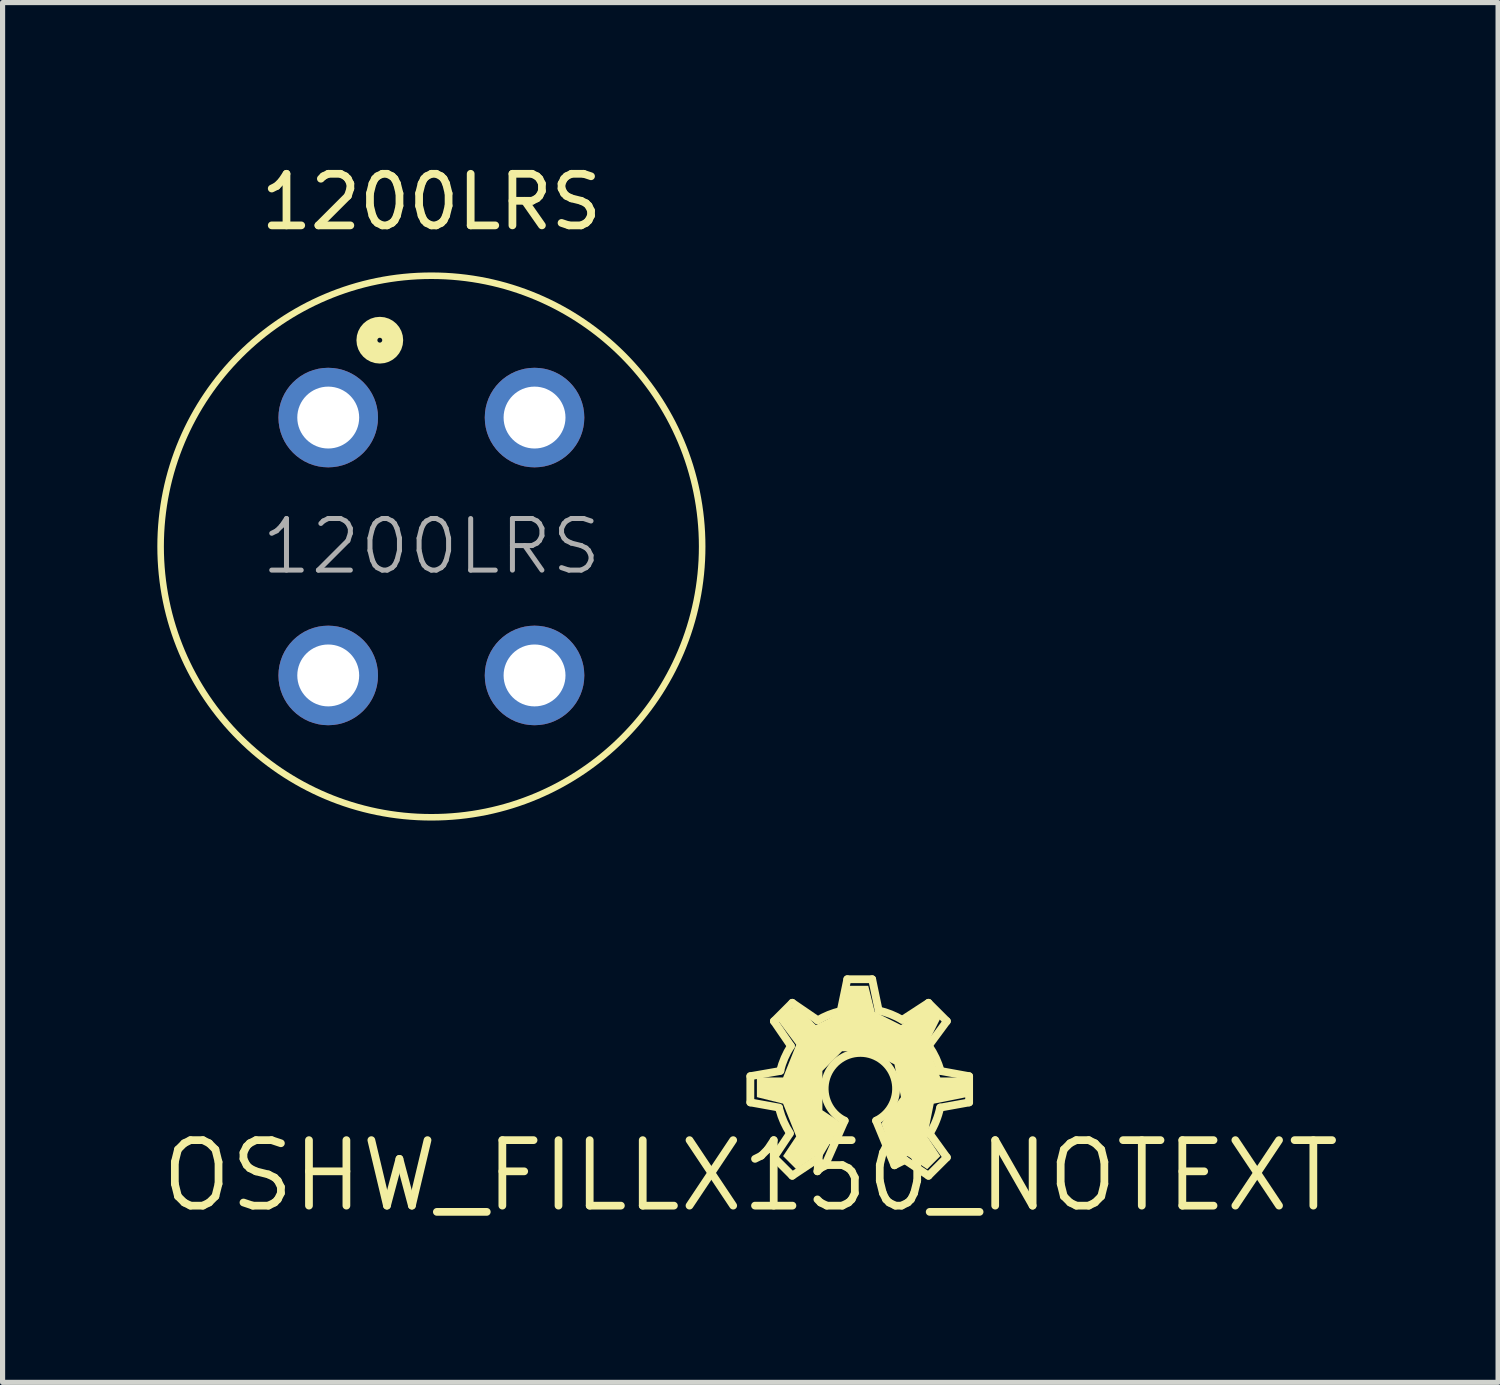
<source format=kicad_pcb>
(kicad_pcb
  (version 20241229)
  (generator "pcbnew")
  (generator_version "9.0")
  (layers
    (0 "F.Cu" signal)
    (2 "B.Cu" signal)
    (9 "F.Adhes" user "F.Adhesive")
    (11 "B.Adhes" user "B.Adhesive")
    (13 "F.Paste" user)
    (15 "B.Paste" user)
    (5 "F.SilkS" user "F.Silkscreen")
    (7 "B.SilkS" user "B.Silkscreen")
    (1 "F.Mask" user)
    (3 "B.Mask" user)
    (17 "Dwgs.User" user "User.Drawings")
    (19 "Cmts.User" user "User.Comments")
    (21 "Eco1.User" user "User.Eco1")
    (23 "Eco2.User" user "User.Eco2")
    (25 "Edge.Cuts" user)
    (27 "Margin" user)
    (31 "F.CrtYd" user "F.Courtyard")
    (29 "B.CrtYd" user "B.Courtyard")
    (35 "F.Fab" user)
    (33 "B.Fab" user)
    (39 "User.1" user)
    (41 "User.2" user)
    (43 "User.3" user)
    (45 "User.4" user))
  (footprint "1200LRS"
    (layer "F.Cu")
    (at 5.314 7.546)
    (property "Reference" "1200LRS" (at 0 0 0) (layer "F.Fab") (effects (font (size 1 1) (thickness 0.097))))
    (property "Value" "${VALUE}" (at 0 6.858 0) (layer "F.Fab") (hide yes) (effects (font (size 1 1) (thickness 0.097)) (justify bottom)))
    (attr through_hole)
    (fp_circle (center -1 -4) (end -0.75 -4) (stroke (width 0.406) (type solid)) (fill no) (layer "F.SilkS"))
    (fp_circle (center 0 0) (end 5.25 0) (stroke (width 0.127) (type solid)) (fill no) (layer "F.SilkS"))
    (fp_text user "${REFERENCE}" (at 0 -6.096 0) (layer "F.SilkS") (effects (font (size 1 1) (thickness 0.15)) (justify bottom)))
    (pad "P1" thru_hole circle (at -2 -2.5) (size 1.93 1.93) (drill 1.2) (layers "*.Cu" "*.Mask"))
    (pad "P2" thru_hole circle (at -2 2.5) (size 1.93 1.93) (drill 1.2) (layers "*.Cu" "*.Mask"))
    (pad "P3" thru_hole circle (at 2 2.5) (size 1.93 1.93) (drill 1.2) (layers "*.Cu" "*.Mask"))
    (pad "P4" thru_hole circle (at 2 -2.5) (size 1.93 1.93) (drill 1.2) (layers "*.Cu" "*.Mask")))
  (footprint "OSHW_FILLX150_NOTEXT"
    (layer "F.Cu")
    (at 11.498 19.746)
    (property "Reference" "OSHW_FILLX150_NOTEXT" (at 0 0 0) (layer "F.SilkS") (effects (font (size 1.27 1.27) (thickness 0.15))))
    (attr through_hole)
    (fp_line (start 0 -1.93) (end 0.584 -2.032) (stroke (width 0.152) (type solid)) (layer "F.SilkS"))
    (fp_line (start 0 -1.422) (end 0 -1.93) (stroke (width 0.152) (type solid)) (layer "F.SilkS"))
    (fp_line (start 0.457 -2.997) (end 0.813 -3.353) (stroke (width 0.152) (type solid)) (layer "F.SilkS"))
    (fp_line (start 0.457 -0.356) (end 0.762 -0.813) (stroke (width 0.152) (type solid)) (layer "F.SilkS"))
    (fp_line (start 0.559 -1.321) (end 0 -1.422) (stroke (width 0.152) (type solid)) (layer "F.SilkS"))
    (fp_line (start 0.787 -2.515) (end 0.457 -2.997) (stroke (width 0.152) (type solid)) (layer "F.SilkS"))
    (fp_line (start 0.813 -3.353) (end 1.295 -3.023) (stroke (width 0.152) (type solid)) (layer "F.SilkS"))
    (fp_line (start 0.813 0) (end 0.457 -0.356) (stroke (width 0.152) (type solid)) (layer "F.SilkS"))
    (fp_line (start 1.27 -0.305) (end 0.813 0) (stroke (width 0.152) (type solid)) (layer "F.SilkS"))
    (fp_line (start 1.448 -0.203) (end 1.27 -0.305) (stroke (width 0.152) (type solid)) (layer "F.SilkS"))
    (fp_line (start 1.753 -3.2) (end 1.88 -3.81) (stroke (width 0.152) (type solid)) (layer "F.SilkS"))
    (fp_line (start 1.829 -1.067) (end 1.448 -0.203) (stroke (width 0.152) (type solid)) (layer "F.SilkS"))
    (fp_line (start 1.88 -3.81) (end 2.362 -3.81) (stroke (width 0.152) (type solid)) (layer "F.SilkS"))
    (fp_line (start 2.362 -3.81) (end 2.489 -3.2) (stroke (width 0.152) (type solid)) (layer "F.SilkS"))
    (fp_line (start 2.794 -0.203) (end 2.438 -1.067) (stroke (width 0.152) (type solid)) (layer "F.SilkS"))
    (fp_line (start 2.946 -3.023) (end 3.454 -3.353) (stroke (width 0.152) (type solid)) (layer "F.SilkS"))
    (fp_line (start 2.997 -0.305) (end 2.794 -0.203) (stroke (width 0.152) (type solid)) (layer "F.SilkS"))
    (fp_line (start 3.454 -3.353) (end 3.81 -2.997) (stroke (width 0.152) (type solid)) (layer "F.SilkS"))
    (fp_line (start 3.454 0) (end 2.997 -0.305) (stroke (width 0.152) (type solid)) (layer "F.SilkS"))
    (fp_line (start 3.48 -0.813) (end 3.81 -0.356) (stroke (width 0.152) (type solid)) (layer "F.SilkS"))
    (fp_line (start 3.683 -2.032) (end 4.242 -1.93) (stroke (width 0.152) (type solid)) (layer "F.SilkS"))
    (fp_line (start 3.81 -2.997) (end 3.454 -2.515) (stroke (width 0.152) (type solid)) (layer "F.SilkS"))
    (fp_line (start 3.81 -0.356) (end 3.454 0) (stroke (width 0.152) (type solid)) (layer "F.SilkS"))
    (fp_line (start 4.242 -1.93) (end 4.242 -1.422) (stroke (width 0.152) (type solid)) (layer "F.SilkS"))
    (fp_line (start 4.242 -1.422) (end 3.683 -1.321) (stroke (width 0.152) (type solid)) (layer "F.SilkS"))
    (fp_arc (start 0.5796 -2.0376) (mid 0.663223 -2.284304) (end 0.7859 -2.5141) (stroke (width 0.1524) (type solid)) (layer "F.SilkS"))
    (fp_arc (start 0.7681 -0.825) (mid 0.648453 -1.044452) (end 0.5654 -1.2802) (stroke (width 0.1524) (type solid)) (layer "F.SilkS"))
    (fp_arc (start 1.3015 -3.0119) (mid 1.518605 -3.119756) (end 1.7496 -3.1933) (stroke (width 0.1524) (type solid)) (layer "F.SilkS"))
    (fp_arc (start 1.8288 -1.0668) (mid 2.1336 -2.382036) (end 2.4384 -1.0668) (stroke (width 0.1524) (type solid)) (layer "F.SilkS"))
    (fp_arc (start 2.4892 -3.204) (mid 2.723854 -3.131001) (end 2.9444 -3.0226) (stroke (width 0.1524) (type solid)) (layer "F.SilkS"))
    (fp_arc (start 3.4671 -2.5105) (mid 3.597953 -2.281784) (end 3.6876 -2.034) (stroke (width 0.1524) (type solid)) (layer "F.SilkS"))
    (fp_arc (start 3.6805 -1.3228) (mid 3.600923 -1.061609) (end 3.4778 -0.8179) (stroke (width 0.1524) (type solid)) (layer "F.SilkS"))
    (fp_poly (pts (xy 1.397 -0.381) (xy 1.27 -0.381) (xy 0.889 -0.127) (xy 0.635 -0.381) (xy 0.889 -0.762) (xy 0.635 -1.397) (xy 0.127 -1.524) (xy 0.127 -1.905) (xy 0.635 -1.905) (xy 0.889 -2.54) (xy 0.508 -3.048) (xy 0.889 -3.302) (xy 1.27 -2.921) (xy 1.778 -3.175) (xy 1.905 -3.683) (xy 2.286 -3.683) (xy 2.413 -3.175) (xy 2.921 -2.921) (xy 3.429 -3.302) (xy 3.683 -3.048) (xy 3.429 -2.54) (xy 3.683 -1.905) (xy 4.191 -1.905) (xy 4.191 -1.524) (xy 3.556 -1.397) (xy 3.429 -0.762) (xy 3.683 -0.381) (xy 3.429 -0.127) (xy 3.048 -0.381) (xy 2.794 -0.254) (xy 2.54 -1.016) (xy 2.921 -1.524) (xy 2.794 -2.159) (xy 2.286 -2.413) (xy 1.778 -2.413) (xy 1.397 -2.032) (xy 1.397 -1.27) (xy 1.778 -1.016)) (stroke (width 0) (type solid)) (fill yes) (layer "F.SilkS")))
  (gr_rect
    (start -3 -3)
    (end 25.996 23.752)
    (stroke (width 0.1) (type default))
    (fill no)
    (layer "Edge.Cuts")))
</source>
